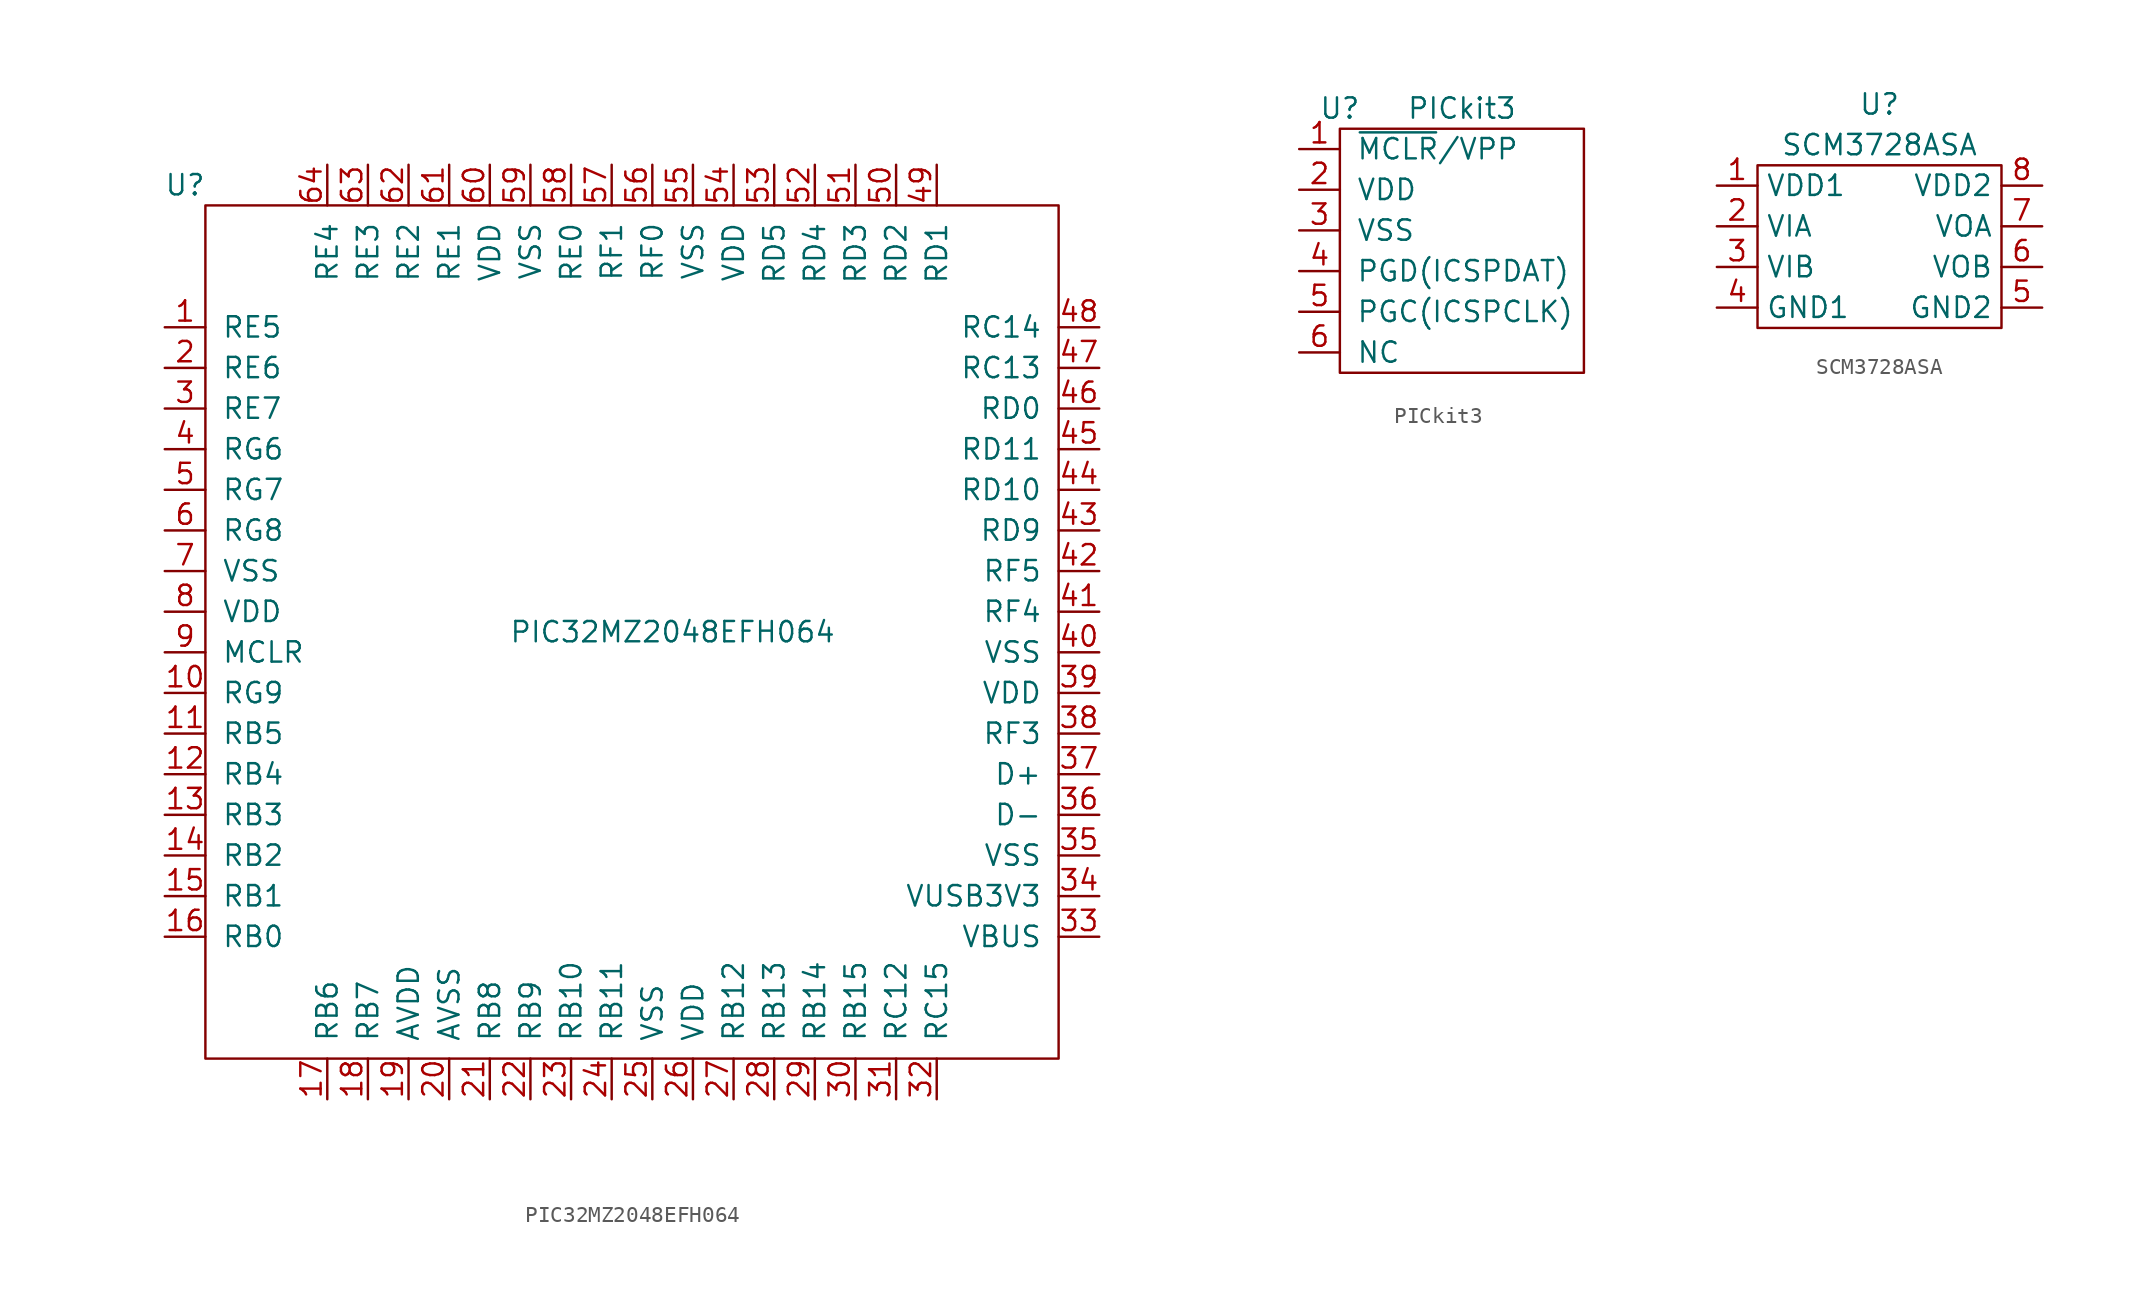
<source format=kicad_sym>
(kicad_symbol_lib
  (version 20220914)
  (generator kicad_symbol_editor)
  (symbol "PIC32MZ2048EFH064"
    (pin_names
      (offset 1.016))
    (property "Reference" "U"
      (at -30.48 27.94 0)
      (effects (font (size 1.27 1.27))))
    (property "Value" "PIC32MZ2048EFH064"
      (at 0 0 0)
      (effects (font (size 1.27 1.27))))
    (symbol "PIC32MZ2048EFH064_0_1"
      (rectangle (start -29.21 26.67) (end 24.13 -26.67) (stroke (width 0) (type solid)) (fill (type none))))
    (symbol "PIC32MZ2048EFH064_1_1"
      (pin passive line (at -31.75 19.05 0) (length 2.54) (name "RE5" (effects (font (size 1.27 1.27)))) (number "1" (effects (font (size 1.27 1.27)))))
      (pin passive line (at -31.75 -3.81 0) (length 2.54) (name "RG9" (effects (font (size 1.27 1.27)))) (number "10" (effects (font (size 1.27 1.27)))))
      (pin passive line (at -31.75 -6.35 0) (length 2.54) (name "RB5" (effects (font (size 1.27 1.27)))) (number "11" (effects (font (size 1.27 1.27)))))
      (pin passive line (at -31.75 -8.89 0) (length 2.54) (name "RB4" (effects (font (size 1.27 1.27)))) (number "12" (effects (font (size 1.27 1.27)))))
      (pin passive line (at -31.75 -11.43 0) (length 2.54) (name "RB3" (effects (font (size 1.27 1.27)))) (number "13" (effects (font (size 1.27 1.27)))))
      (pin passive line (at -31.75 -13.97 0) (length 2.54) (name "RB2" (effects (font (size 1.27 1.27)))) (number "14" (effects (font (size 1.27 1.27)))))
      (pin passive line (at -31.75 -16.51 0) (length 2.54) (name "RB1" (effects (font (size 1.27 1.27)))) (number "15" (effects (font (size 1.27 1.27)))))
      (pin passive line (at -31.75 -19.05 0) (length 2.54) (name "RB0" (effects (font (size 1.27 1.27)))) (number "16" (effects (font (size 1.27 1.27)))))
      (pin passive line (at -21.59 -29.21 90) (length 2.54) (name "RB6" (effects (font (size 1.27 1.27)))) (number "17" (effects (font (size 1.27 1.27)))))
      (pin passive line (at -19.05 -29.21 90) (length 2.54) (name "RB7" (effects (font (size 1.27 1.27)))) (number "18" (effects (font (size 1.27 1.27)))))
      (pin passive line (at -16.51 -29.21 90) (length 2.54) (name "AVDD" (effects (font (size 1.27 1.27)))) (number "19" (effects (font (size 1.27 1.27)))))
      (pin passive line (at -31.75 16.51 0) (length 2.54) (name "RE6" (effects (font (size 1.27 1.27)))) (number "2" (effects (font (size 1.27 1.27)))))
      (pin passive line (at -13.97 -29.21 90) (length 2.54) (name "AVSS" (effects (font (size 1.27 1.27)))) (number "20" (effects (font (size 1.27 1.27)))))
      (pin passive line (at -11.43 -29.21 90) (length 2.54) (name "RB8" (effects (font (size 1.27 1.27)))) (number "21" (effects (font (size 1.27 1.27)))))
      (pin passive line (at -8.89 -29.21 90) (length 2.54) (name "RB9" (effects (font (size 1.27 1.27)))) (number "22" (effects (font (size 1.27 1.27)))))
      (pin passive line (at -6.35 -29.21 90) (length 2.54) (name "RB10" (effects (font (size 1.27 1.27)))) (number "23" (effects (font (size 1.27 1.27)))))
      (pin passive line (at -3.81 -29.21 90) (length 2.54) (name "RB11" (effects (font (size 1.27 1.27)))) (number "24" (effects (font (size 1.27 1.27)))))
      (pin passive line (at -1.27 -29.21 90) (length 2.54) (name "VSS" (effects (font (size 1.27 1.27)))) (number "25" (effects (font (size 1.27 1.27)))))
      (pin passive line (at 1.27 -29.21 90) (length 2.54) (name "VDD" (effects (font (size 1.27 1.27)))) (number "26" (effects (font (size 1.27 1.27)))))
      (pin passive line (at 3.81 -29.21 90) (length 2.54) (name "RB12" (effects (font (size 1.27 1.27)))) (number "27" (effects (font (size 1.27 1.27)))))
      (pin passive line (at 6.35 -29.21 90) (length 2.54) (name "RB13" (effects (font (size 1.27 1.27)))) (number "28" (effects (font (size 1.27 1.27)))))
      (pin passive line (at 8.89 -29.21 90) (length 2.54) (name "RB14" (effects (font (size 1.27 1.27)))) (number "29" (effects (font (size 1.27 1.27)))))
      (pin passive line (at -31.75 13.97 0) (length 2.54) (name "RE7" (effects (font (size 1.27 1.27)))) (number "3" (effects (font (size 1.27 1.27)))))
      (pin passive line (at 11.43 -29.21 90) (length 2.54) (name "RB15" (effects (font (size 1.27 1.27)))) (number "30" (effects (font (size 1.27 1.27)))))
      (pin passive line (at 13.97 -29.21 90) (length 2.54) (name "RC12" (effects (font (size 1.27 1.27)))) (number "31" (effects (font (size 1.27 1.27)))))
      (pin passive line (at 16.51 -29.21 90) (length 2.54) (name "RC15" (effects (font (size 1.27 1.27)))) (number "32" (effects (font (size 1.27 1.27)))))
      (pin passive line (at 26.67 -19.05 180) (length 2.54) (name "VBUS" (effects (font (size 1.27 1.27)))) (number "33" (effects (font (size 1.27 1.27)))))
      (pin passive line (at 26.67 -16.51 180) (length 2.54) (name "VUSB3V3" (effects (font (size 1.27 1.27)))) (number "34" (effects (font (size 1.27 1.27)))))
      (pin passive line (at 26.67 -13.97 180) (length 2.54) (name "VSS" (effects (font (size 1.27 1.27)))) (number "35" (effects (font (size 1.27 1.27)))))
      (pin passive line (at 26.67 -11.43 180) (length 2.54) (name "D-" (effects (font (size 1.27 1.27)))) (number "36" (effects (font (size 1.27 1.27)))))
      (pin passive line (at 26.67 -8.89 180) (length 2.54) (name "D+" (effects (font (size 1.27 1.27)))) (number "37" (effects (font (size 1.27 1.27)))))
      (pin passive line (at 26.67 -6.35 180) (length 2.54) (name "RF3" (effects (font (size 1.27 1.27)))) (number "38" (effects (font (size 1.27 1.27)))))
      (pin passive line (at 26.67 -3.81 180) (length 2.54) (name "VDD" (effects (font (size 1.27 1.27)))) (number "39" (effects (font (size 1.27 1.27)))))
      (pin passive line (at -31.75 11.43 0) (length 2.54) (name "RG6" (effects (font (size 1.27 1.27)))) (number "4" (effects (font (size 1.27 1.27)))))
      (pin passive line (at 26.67 -1.27 180) (length 2.54) (name "VSS" (effects (font (size 1.27 1.27)))) (number "40" (effects (font (size 1.27 1.27)))))
      (pin passive line (at 26.67 1.27 180) (length 2.54) (name "RF4" (effects (font (size 1.27 1.27)))) (number "41" (effects (font (size 1.27 1.27)))))
      (pin passive line (at 26.67 3.81 180) (length 2.54) (name "RF5" (effects (font (size 1.27 1.27)))) (number "42" (effects (font (size 1.27 1.27)))))
      (pin passive line (at 26.67 6.35 180) (length 2.54) (name "RD9" (effects (font (size 1.27 1.27)))) (number "43" (effects (font (size 1.27 1.27)))))
      (pin passive line (at 26.67 8.89 180) (length 2.54) (name "RD10" (effects (font (size 1.27 1.27)))) (number "44" (effects (font (size 1.27 1.27)))))
      (pin passive line (at 26.67 11.43 180) (length 2.54) (name "RD11" (effects (font (size 1.27 1.27)))) (number "45" (effects (font (size 1.27 1.27)))))
      (pin passive line (at 26.67 13.97 180) (length 2.54) (name "RD0" (effects (font (size 1.27 1.27)))) (number "46" (effects (font (size 1.27 1.27)))))
      (pin passive line (at 26.67 16.51 180) (length 2.54) (name "RC13" (effects (font (size 1.27 1.27)))) (number "47" (effects (font (size 1.27 1.27)))))
      (pin passive line (at 26.67 19.05 180) (length 2.54) (name "RC14" (effects (font (size 1.27 1.27)))) (number "48" (effects (font (size 1.27 1.27)))))
      (pin passive line (at 16.51 29.21 270) (length 2.54) (name "RD1" (effects (font (size 1.27 1.27)))) (number "49" (effects (font (size 1.27 1.27)))))
      (pin passive line (at -31.75 8.89 0) (length 2.54) (name "RG7" (effects (font (size 1.27 1.27)))) (number "5" (effects (font (size 1.27 1.27)))))
      (pin passive line (at 13.97 29.21 270) (length 2.54) (name "RD2" (effects (font (size 1.27 1.27)))) (number "50" (effects (font (size 1.27 1.27)))))
      (pin passive line (at 11.43 29.21 270) (length 2.54) (name "RD3" (effects (font (size 1.27 1.27)))) (number "51" (effects (font (size 1.27 1.27)))))
      (pin passive line (at 8.89 29.21 270) (length 2.54) (name "RD4" (effects (font (size 1.27 1.27)))) (number "52" (effects (font (size 1.27 1.27)))))
      (pin passive line (at 6.35 29.21 270) (length 2.54) (name "RD5" (effects (font (size 1.27 1.27)))) (number "53" (effects (font (size 1.27 1.27)))))
      (pin passive line (at 3.81 29.21 270) (length 2.54) (name "VDD" (effects (font (size 1.27 1.27)))) (number "54" (effects (font (size 1.27 1.27)))))
      (pin passive line (at 1.27 29.21 270) (length 2.54) (name "VSS" (effects (font (size 1.27 1.27)))) (number "55" (effects (font (size 1.27 1.27)))))
      (pin passive line (at -1.27 29.21 270) (length 2.54) (name "RF0" (effects (font (size 1.27 1.27)))) (number "56" (effects (font (size 1.27 1.27)))))
      (pin passive line (at -3.81 29.21 270) (length 2.54) (name "RF1" (effects (font (size 1.27 1.27)))) (number "57" (effects (font (size 1.27 1.27)))))
      (pin passive line (at -6.35 29.21 270) (length 2.54) (name "RE0" (effects (font (size 1.27 1.27)))) (number "58" (effects (font (size 1.27 1.27)))))
      (pin passive line (at -8.89 29.21 270) (length 2.54) (name "VSS" (effects (font (size 1.27 1.27)))) (number "59" (effects (font (size 1.27 1.27)))))
      (pin passive line (at -31.75 6.35 0) (length 2.54) (name "RG8" (effects (font (size 1.27 1.27)))) (number "6" (effects (font (size 1.27 1.27)))))
      (pin passive line (at -11.43 29.21 270) (length 2.54) (name "VDD" (effects (font (size 1.27 1.27)))) (number "60" (effects (font (size 1.27 1.27)))))
      (pin passive line (at -13.97 29.21 270) (length 2.54) (name "RE1" (effects (font (size 1.27 1.27)))) (number "61" (effects (font (size 1.27 1.27)))))
      (pin passive line (at -16.51 29.21 270) (length 2.54) (name "RE2" (effects (font (size 1.27 1.27)))) (number "62" (effects (font (size 1.27 1.27)))))
      (pin passive line (at -19.05 29.21 270) (length 2.54) (name "RE3" (effects (font (size 1.27 1.27)))) (number "63" (effects (font (size 1.27 1.27)))))
      (pin passive line (at -21.59 29.21 270) (length 2.54) (name "RE4" (effects (font (size 1.27 1.27)))) (number "64" (effects (font (size 1.27 1.27)))))
      (pin passive line (at -31.75 3.81 0) (length 2.54) (name "VSS" (effects (font (size 1.27 1.27)))) (number "7" (effects (font (size 1.27 1.27)))))
      (pin passive line (at -31.75 1.27 0) (length 2.54) (name "VDD" (effects (font (size 1.27 1.27)))) (number "8" (effects (font (size 1.27 1.27)))))
      (pin passive line (at -31.75 -1.27 0) (length 2.54) (name "MCLR" (effects (font (size 1.27 1.27)))) (number "9" (effects (font (size 1.27 1.27)))))))
  (symbol "PICkit3"
    (pin_names
      (offset 1.016))
    (property "Reference" "U"
      (at -7.62 8.89 0)
      (effects (font (size 1.27 1.27))))
    (property "Value" "PICkit3"
      (at 0 8.89 0)
      (effects (font (size 1.27 1.27))))
    (symbol "PICkit3_0_1"
      (rectangle (start -7.62 7.62) (end 7.62 -7.62) (stroke (width 0) (type solid)) (fill (type none))))
    (symbol "PICkit3_1_1"
      (pin passive line (at -10.16 6.35 0) (length 2.54) (name "~{MCLR}/VPP" (effects (font (size 1.27 1.27)))) (number "1" (effects (font (size 1.27 1.27)))))
      (pin passive line (at -10.16 3.81 0) (length 2.54) (name "VDD" (effects (font (size 1.27 1.27)))) (number "2" (effects (font (size 1.27 1.27)))))
      (pin passive line (at -10.16 1.27 0) (length 2.54) (name "VSS" (effects (font (size 1.27 1.27)))) (number "3" (effects (font (size 1.27 1.27)))))
      (pin passive line (at -10.16 -1.27 0) (length 2.54) (name "PGD(ICSPDAT)" (effects (font (size 1.27 1.27)))) (number "4" (effects (font (size 1.27 1.27)))))
      (pin passive line (at -10.16 -3.81 0) (length 2.54) (name "PGC(ICSPCLK)" (effects (font (size 1.27 1.27)))) (number "5" (effects (font (size 1.27 1.27)))))
      (pin passive line (at -10.16 -6.35 0) (length 2.54) (name "NC" (effects (font (size 1.27 1.27)))) (number "6" (effects (font (size 1.27 1.27)))))))
  (symbol "SCM3728ASA"
    (property "Reference" "U"
      (at 0 8.89 0)
      (effects (font (size 1.27 1.27))))
    (property "Value" "SCM3728ASA"
      (at 0 6.35 0)
      (effects (font (size 1.27 1.27))))
    (symbol "SCM3728ASA_0_1"
      (rectangle (start -7.62 5.08) (end 7.62 -5.08) (stroke (width 0) (type default)) (fill (type none))))
    (symbol "SCM3728ASA_1_1"
      (pin passive line (at -10.16 3.81 0) (length 2.54) (name "VDD1" (effects (font (size 1.27 1.27)))) (number "1" (effects (font (size 1.27 1.27)))))
      (pin passive line (at -10.16 1.27 0) (length 2.54) (name "VIA" (effects (font (size 1.27 1.27)))) (number "2" (effects (font (size 1.27 1.27)))))
      (pin passive line (at -10.16 -1.27 0) (length 2.54) (name "VIB" (effects (font (size 1.27 1.27)))) (number "3" (effects (font (size 1.27 1.27)))))
      (pin passive line (at -10.16 -3.81 0) (length 2.54) (name "GND1" (effects (font (size 1.27 1.27)))) (number "4" (effects (font (size 1.27 1.27)))))
      (pin passive line (at 10.16 -3.81 180) (length 2.54) (name "GND2" (effects (font (size 1.27 1.27)))) (number "5" (effects (font (size 1.27 1.27)))))
      (pin passive line (at 10.16 -1.27 180) (length 2.54) (name "VOB" (effects (font (size 1.27 1.27)))) (number "6" (effects (font (size 1.27 1.27)))))
      (pin passive line (at 10.16 1.27 180) (length 2.54) (name "VOA" (effects (font (size 1.27 1.27)))) (number "7" (effects (font (size 1.27 1.27)))))
      (pin passive line (at 10.16 3.81 180) (length 2.54) (name "VDD2" (effects (font (size 1.27 1.27)))) (number "8" (effects (font (size 1.27 1.27))))))))
</source>
